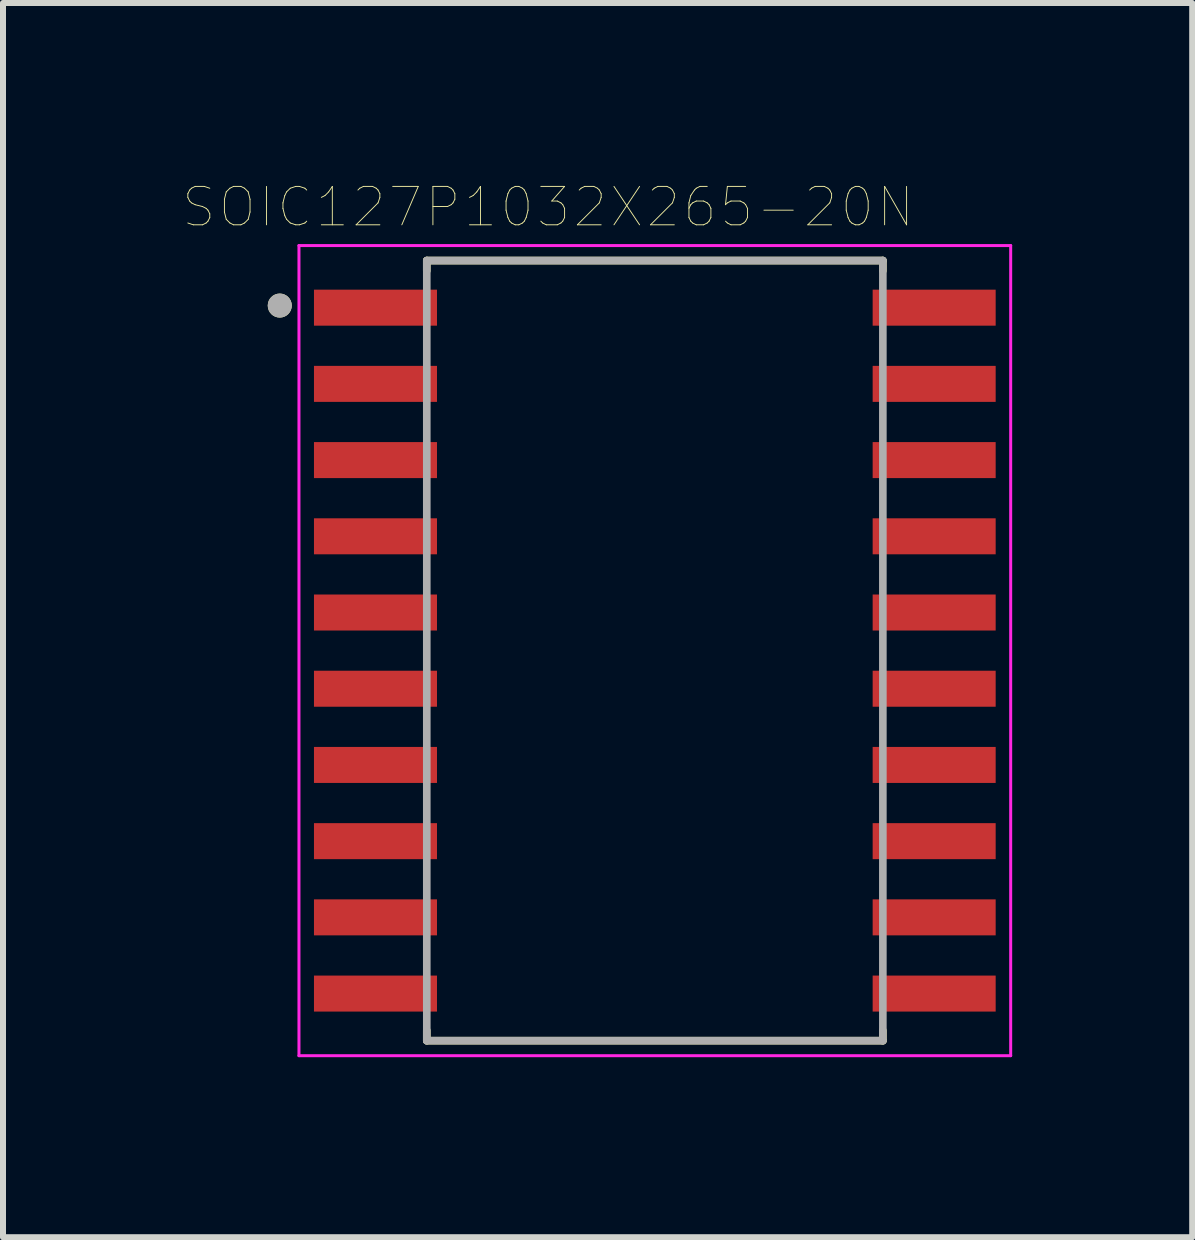
<source format=kicad_pcb>
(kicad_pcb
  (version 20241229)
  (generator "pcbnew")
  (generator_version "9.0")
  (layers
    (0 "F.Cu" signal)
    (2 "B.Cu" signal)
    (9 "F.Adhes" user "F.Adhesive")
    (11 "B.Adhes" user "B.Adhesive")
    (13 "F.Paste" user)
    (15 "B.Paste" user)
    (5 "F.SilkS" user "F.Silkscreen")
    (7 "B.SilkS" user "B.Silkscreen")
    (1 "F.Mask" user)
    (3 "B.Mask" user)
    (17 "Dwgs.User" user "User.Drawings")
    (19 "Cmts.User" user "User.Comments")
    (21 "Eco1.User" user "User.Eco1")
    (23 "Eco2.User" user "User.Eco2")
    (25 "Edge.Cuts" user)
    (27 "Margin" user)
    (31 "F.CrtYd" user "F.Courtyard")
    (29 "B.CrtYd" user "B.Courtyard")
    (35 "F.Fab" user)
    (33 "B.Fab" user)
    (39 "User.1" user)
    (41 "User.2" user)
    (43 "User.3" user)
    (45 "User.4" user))
  (footprint "SOIC127P1032X265-20N"
    (layer "F.Cu")
    (at 7.862 7.792)
    (property "Reference" "SOIC127P1032X265-20N" (at -1.778 -7.391 0) (layer "F.SilkS") (effects (font (size 0.64 0.64) (thickness 0.015))))
    (attr through_hole)
    (fp_line (start -3.8 -6.5) (end 3.8 -6.5) (stroke (width 0.127) (type solid)) (layer "F.SilkS"))
    (fp_line (start -3.8 -6.33) (end -3.8 -6.5) (stroke (width 0.127) (type solid)) (layer "F.SilkS"))
    (fp_line (start -3.8 6.33) (end -3.8 6.5) (stroke (width 0.127) (type solid)) (layer "F.SilkS"))
    (fp_line (start -3.8 6.5) (end 3.8 6.5) (stroke (width 0.127) (type solid)) (layer "F.SilkS"))
    (fp_line (start 3.8 -6.33) (end 3.8 -6.5) (stroke (width 0.127) (type solid)) (layer "F.SilkS"))
    (fp_line (start 3.8 6.33) (end 3.8 6.5) (stroke (width 0.127) (type solid)) (layer "F.SilkS"))
    (fp_circle (center -6.25 -5.75) (end -6.15 -5.75) (stroke (width 0.2) (type solid)) (fill no) (layer "F.SilkS"))
    (fp_line (start -5.93 -6.75) (end -5.93 6.75) (stroke (width 0.05) (type solid)) (layer "F.CrtYd"))
    (fp_line (start -5.93 6.75) (end 5.93 6.75) (stroke (width 0.05) (type solid)) (layer "F.CrtYd"))
    (fp_line (start 5.93 -6.75) (end -5.93 -6.75) (stroke (width 0.05) (type solid)) (layer "F.CrtYd"))
    (fp_line (start 5.93 6.75) (end 5.93 -6.75) (stroke (width 0.05) (type solid)) (layer "F.CrtYd"))
    (fp_line (start -3.8 -6.5) (end -3.8 6.5) (stroke (width 0.127) (type solid)) (layer "F.Fab"))
    (fp_line (start -3.8 6.5) (end 3.8 6.5) (stroke (width 0.127) (type solid)) (layer "F.Fab"))
    (fp_line (start 3.8 -6.5) (end -3.8 -6.5) (stroke (width 0.127) (type solid)) (layer "F.Fab"))
    (fp_line (start 3.8 6.5) (end 3.8 -6.5) (stroke (width 0.127) (type solid)) (layer "F.Fab"))
    (fp_circle (center -6.25 -5.75) (end -6.15 -5.75) (stroke (width 0.2) (type solid)) (fill no) (layer "F.Fab"))
    (pad "1" smd rect (at -4.655 -5.715) (size 2.05 0.6) (layers "F.Cu" "F.Mask" "F.Paste"))
    (pad "2" smd rect (at -4.655 -4.445) (size 2.05 0.6) (layers "F.Cu" "F.Mask" "F.Paste"))
    (pad "3" smd rect (at -4.655 -3.175) (size 2.05 0.6) (layers "F.Cu" "F.Mask" "F.Paste"))
    (pad "4" smd rect (at -4.655 -1.905) (size 2.05 0.6) (layers "F.Cu" "F.Mask" "F.Paste"))
    (pad "5" smd rect (at -4.655 -0.635) (size 2.05 0.6) (layers "F.Cu" "F.Mask" "F.Paste"))
    (pad "6" smd rect (at -4.655 0.635) (size 2.05 0.6) (layers "F.Cu" "F.Mask" "F.Paste"))
    (pad "7" smd rect (at -4.655 1.905) (size 2.05 0.6) (layers "F.Cu" "F.Mask" "F.Paste"))
    (pad "8" smd rect (at -4.655 3.175) (size 2.05 0.6) (layers "F.Cu" "F.Mask" "F.Paste"))
    (pad "9" smd rect (at -4.655 4.445) (size 2.05 0.6) (layers "F.Cu" "F.Mask" "F.Paste"))
    (pad "10" smd rect (at -4.655 5.715) (size 2.05 0.6) (layers "F.Cu" "F.Mask" "F.Paste"))
    (pad "11" smd rect (at 4.655 5.715) (size 2.05 0.6) (layers "F.Cu" "F.Mask" "F.Paste"))
    (pad "12" smd rect (at 4.655 4.445) (size 2.05 0.6) (layers "F.Cu" "F.Mask" "F.Paste"))
    (pad "13" smd rect (at 4.655 3.175) (size 2.05 0.6) (layers "F.Cu" "F.Mask" "F.Paste"))
    (pad "14" smd rect (at 4.655 1.905) (size 2.05 0.6) (layers "F.Cu" "F.Mask" "F.Paste"))
    (pad "15" smd rect (at 4.655 0.635) (size 2.05 0.6) (layers "F.Cu" "F.Mask" "F.Paste"))
    (pad "16" smd rect (at 4.655 -0.635) (size 2.05 0.6) (layers "F.Cu" "F.Mask" "F.Paste"))
    (pad "17" smd rect (at 4.655 -1.905) (size 2.05 0.6) (layers "F.Cu" "F.Mask" "F.Paste"))
    (pad "18" smd rect (at 4.655 -3.175) (size 2.05 0.6) (layers "F.Cu" "F.Mask" "F.Paste"))
    (pad "19" smd rect (at 4.655 -4.445) (size 2.05 0.6) (layers "F.Cu" "F.Mask" "F.Paste"))
    (pad "20" smd rect (at 4.655 -5.715) (size 2.05 0.6) (layers "F.Cu" "F.Mask" "F.Paste")))
  (gr_rect
    (start -3 -3)
    (end 16.817 17.567)
    (stroke (width 0.1) (type default))
    (fill no)
    (layer "Edge.Cuts")))
</source>
